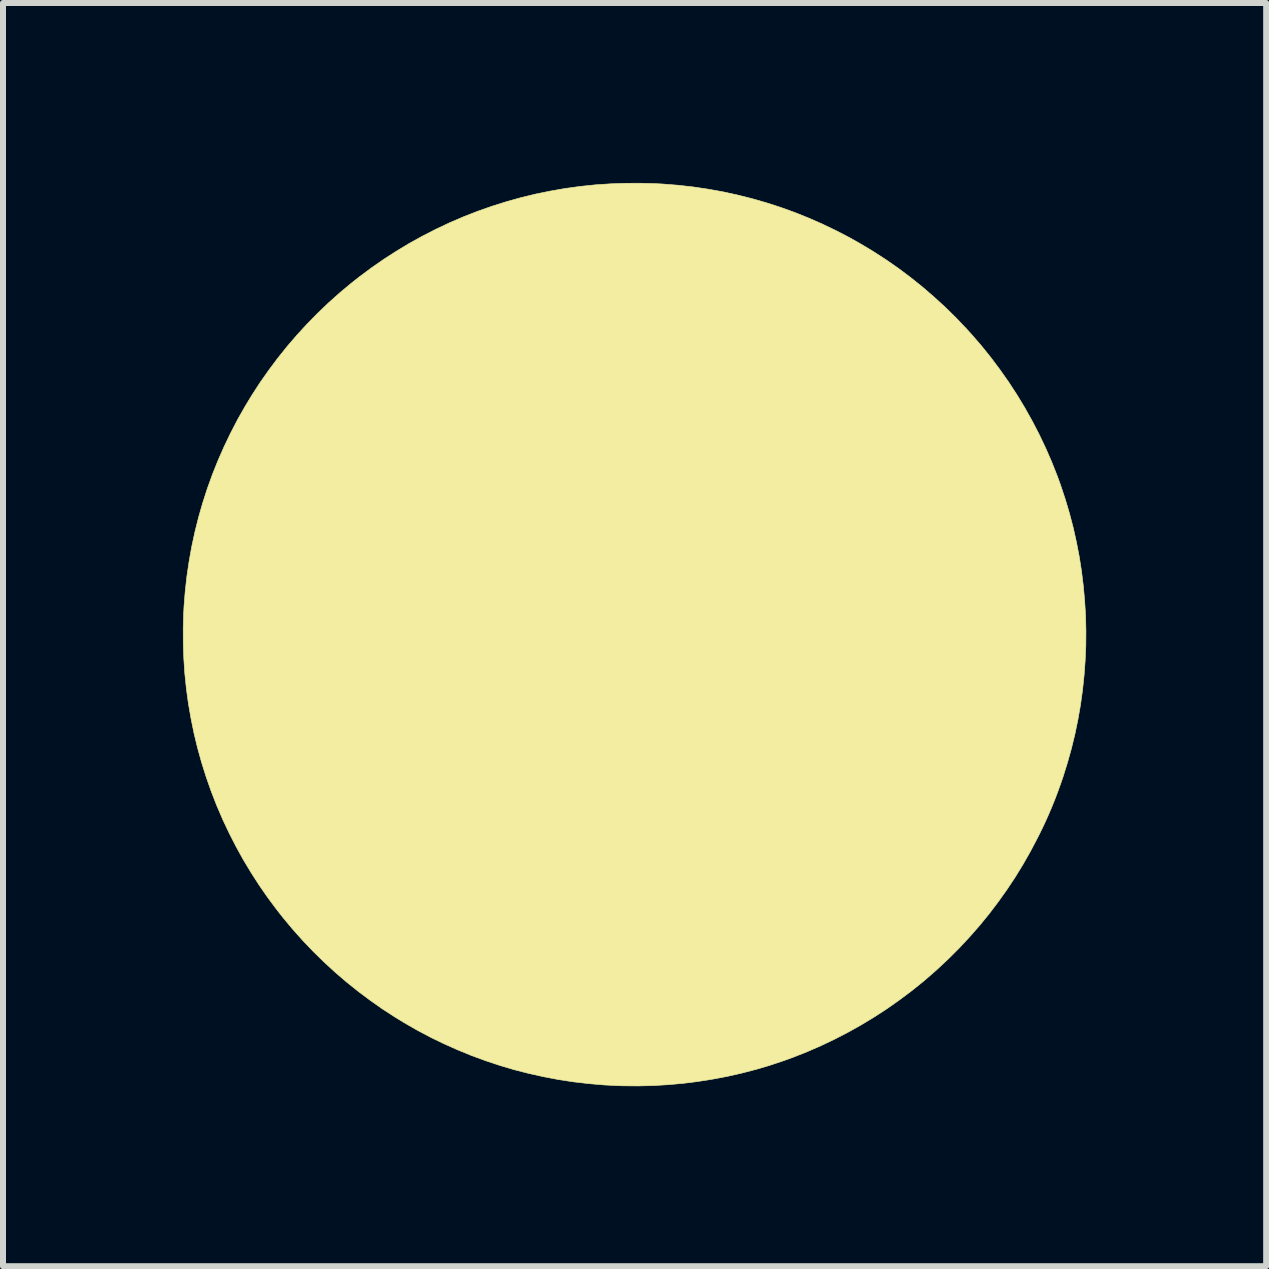
<source format=kicad_pcb>
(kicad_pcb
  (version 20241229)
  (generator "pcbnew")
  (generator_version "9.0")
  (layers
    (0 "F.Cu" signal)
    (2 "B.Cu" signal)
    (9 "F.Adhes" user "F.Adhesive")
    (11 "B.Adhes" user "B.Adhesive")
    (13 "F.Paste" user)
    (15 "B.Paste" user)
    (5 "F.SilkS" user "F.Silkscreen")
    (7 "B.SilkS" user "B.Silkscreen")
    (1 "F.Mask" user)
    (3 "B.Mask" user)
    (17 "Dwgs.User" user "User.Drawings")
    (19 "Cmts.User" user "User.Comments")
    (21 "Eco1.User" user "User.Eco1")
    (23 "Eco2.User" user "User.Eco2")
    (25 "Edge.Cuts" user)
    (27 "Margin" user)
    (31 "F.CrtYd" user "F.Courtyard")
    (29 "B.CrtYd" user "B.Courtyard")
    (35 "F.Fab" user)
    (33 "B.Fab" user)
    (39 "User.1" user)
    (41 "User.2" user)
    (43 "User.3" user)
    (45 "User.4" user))
  (footprint "Ring"
    (layer "F.Cu")
    (at 7.53 7.53)
    (property "Reference" "Ring" (at 0 0 0) (layer "F.SilkS") (effects (font (size 1.524 1.524) (thickness 0.3))))
    (attr through_hole)
    (fp_poly (pts (xy 0.351 -7.518) (xy 0.467 -7.512) (xy 0.72 -7.492) (xy 0.971 -7.464) (xy 1.22 -7.427) (xy 1.467 -7.383) (xy 1.712 -7.33) (xy 1.955 -7.269) (xy 2.196 -7.2) (xy 2.434 -7.123) (xy 2.67 -7.038) (xy 2.902 -6.945) (xy 3.132 -6.844) (xy 3.359 -6.735) (xy 3.583 -6.619) (xy 3.803 -6.494) (xy 3.988 -6.382) (xy 4.198 -6.246) (xy 4.403 -6.103) (xy 4.604 -5.952) (xy 4.8 -5.795) (xy 4.99 -5.631) (xy 5.176 -5.461) (xy 5.356 -5.285) (xy 5.53 -5.102) (xy 5.622 -5.001) (xy 5.787 -4.81) (xy 5.945 -4.613) (xy 6.096 -4.411) (xy 6.241 -4.205) (xy 6.378 -3.994) (xy 6.508 -3.779) (xy 6.631 -3.559) (xy 6.747 -3.335) (xy 6.855 -3.108) (xy 6.956 -2.876) (xy 7.049 -2.641) (xy 7.102 -2.495) (xy 7.18 -2.26) (xy 7.251 -2.021) (xy 7.314 -1.781) (xy 7.368 -1.539) (xy 7.415 -1.295) (xy 7.453 -1.05) (xy 7.483 -0.804) (xy 7.505 -0.557) (xy 7.52 -0.309) (xy 7.526 -0.061) (xy 7.524 0.187) (xy 7.513 0.435) (xy 7.495 0.682) (xy 7.469 0.929) (xy 7.435 1.174) (xy 7.392 1.419) (xy 7.342 1.662) (xy 7.283 1.903) (xy 7.216 2.142) (xy 7.142 2.379) (xy 7.102 2.495) (xy 7.054 2.627) (xy 7.006 2.754) (xy 6.956 2.877) (xy 6.904 2.999) (xy 6.849 3.122) (xy 6.79 3.247) (xy 6.726 3.376) (xy 6.719 3.389) (xy 6.602 3.612) (xy 6.478 3.83) (xy 6.347 4.044) (xy 6.208 4.253) (xy 6.063 4.457) (xy 5.911 4.657) (xy 5.752 4.852) (xy 5.586 5.041) (xy 5.414 5.226) (xy 5.235 5.405) (xy 5.05 5.578) (xy 5.001 5.622) (xy 4.81 5.787) (xy 4.613 5.945) (xy 4.411 6.096) (xy 4.205 6.241) (xy 3.994 6.378) (xy 3.779 6.508) (xy 3.559 6.631) (xy 3.335 6.747) (xy 3.108 6.855) (xy 2.876 6.956) (xy 2.641 7.049) (xy 2.495 7.102) (xy 2.262 7.18) (xy 2.026 7.25) (xy 1.787 7.312) (xy 1.545 7.367) (xy 1.301 7.413) (xy 1.055 7.452) (xy 0.809 7.483) (xy 0.561 7.505) (xy 0.312 7.52) (xy 0.064 7.526) (xy -0.184 7.524) (xy -0.261 7.522) (xy -0.515 7.509) (xy -0.767 7.487) (xy -1.018 7.458) (xy -1.267 7.42) (xy -1.513 7.373) (xy -1.758 7.319) (xy -2.001 7.257) (xy -2.241 7.186) (xy -2.479 7.107) (xy -2.714 7.021) (xy -2.946 6.926) (xy -3.175 6.824) (xy -3.402 6.714) (xy -3.625 6.596) (xy -3.844 6.47) (xy -3.988 6.382) (xy -4.198 6.246) (xy -4.403 6.102) (xy -4.604 5.952) (xy -4.8 5.795) (xy -4.99 5.632) (xy -5.175 5.462) (xy -5.355 5.286) (xy -5.529 5.104) (xy -5.697 4.916) (xy -5.858 4.723) (xy -5.968 4.583) (xy -6.117 4.383) (xy -6.259 4.178) (xy -6.394 3.968) (xy -6.523 3.754) (xy -6.644 3.535) (xy -6.758 3.312) (xy -6.865 3.086) (xy -6.963 2.858) (xy -6.97 2.841) (xy -7.061 2.607) (xy -7.144 2.37) (xy -7.219 2.131) (xy -7.286 1.89) (xy -7.345 1.646) (xy -7.395 1.401) (xy -7.438 1.154) (xy -7.472 0.906) (xy -7.498 0.656) (xy -7.515 0.405) (xy -7.524 0.154) (xy -7.525 -0.099) (xy -7.518 -0.351) (xy -7.512 -0.467) (xy -7.492 -0.72) (xy -7.464 -0.971) (xy -7.427 -1.22) (xy -7.383 -1.467) (xy -7.33 -1.712) (xy -7.269 -1.955) (xy -7.2 -2.196) (xy -7.123 -2.434) (xy -7.038 -2.67) (xy -6.945 -2.902) (xy -6.844 -3.132) (xy -6.735 -3.359) (xy -6.619 -3.583) (xy -6.494 -3.803) (xy -6.382 -3.988) (xy -6.246 -4.198) (xy -6.102 -4.403) (xy -5.952 -4.604) (xy -5.795 -4.8) (xy -5.632 -4.99) (xy -5.462 -5.175) (xy -5.286 -5.355) (xy -5.104 -5.529) (xy -4.916 -5.697) (xy -4.723 -5.858) (xy -4.583 -5.968) (xy -4.383 -6.117) (xy -4.178 -6.259) (xy -3.968 -6.394) (xy -3.754 -6.523) (xy -3.535 -6.644) (xy -3.312 -6.758) (xy -3.086 -6.865) (xy -2.858 -6.963) (xy -2.841 -6.97) (xy -2.607 -7.061) (xy -2.37 -7.144) (xy -2.131 -7.219) (xy -1.89 -7.286) (xy -1.647 -7.345) (xy -1.401 -7.395) (xy -1.154 -7.438) (xy -0.906 -7.472) (xy -0.656 -7.498) (xy -0.405 -7.515) (xy -0.154 -7.524) (xy 0.099 -7.525) (xy 0.351 -7.518)) (stroke (width 0.01) (type solid)) (fill yes) (layer "F.SilkS")))
  (gr_rect
    (start -3 -3)
    (end 18.061 18.061)
    (stroke (width 0.1) (type default))
    (fill no)
    (layer "Edge.Cuts")))
</source>
